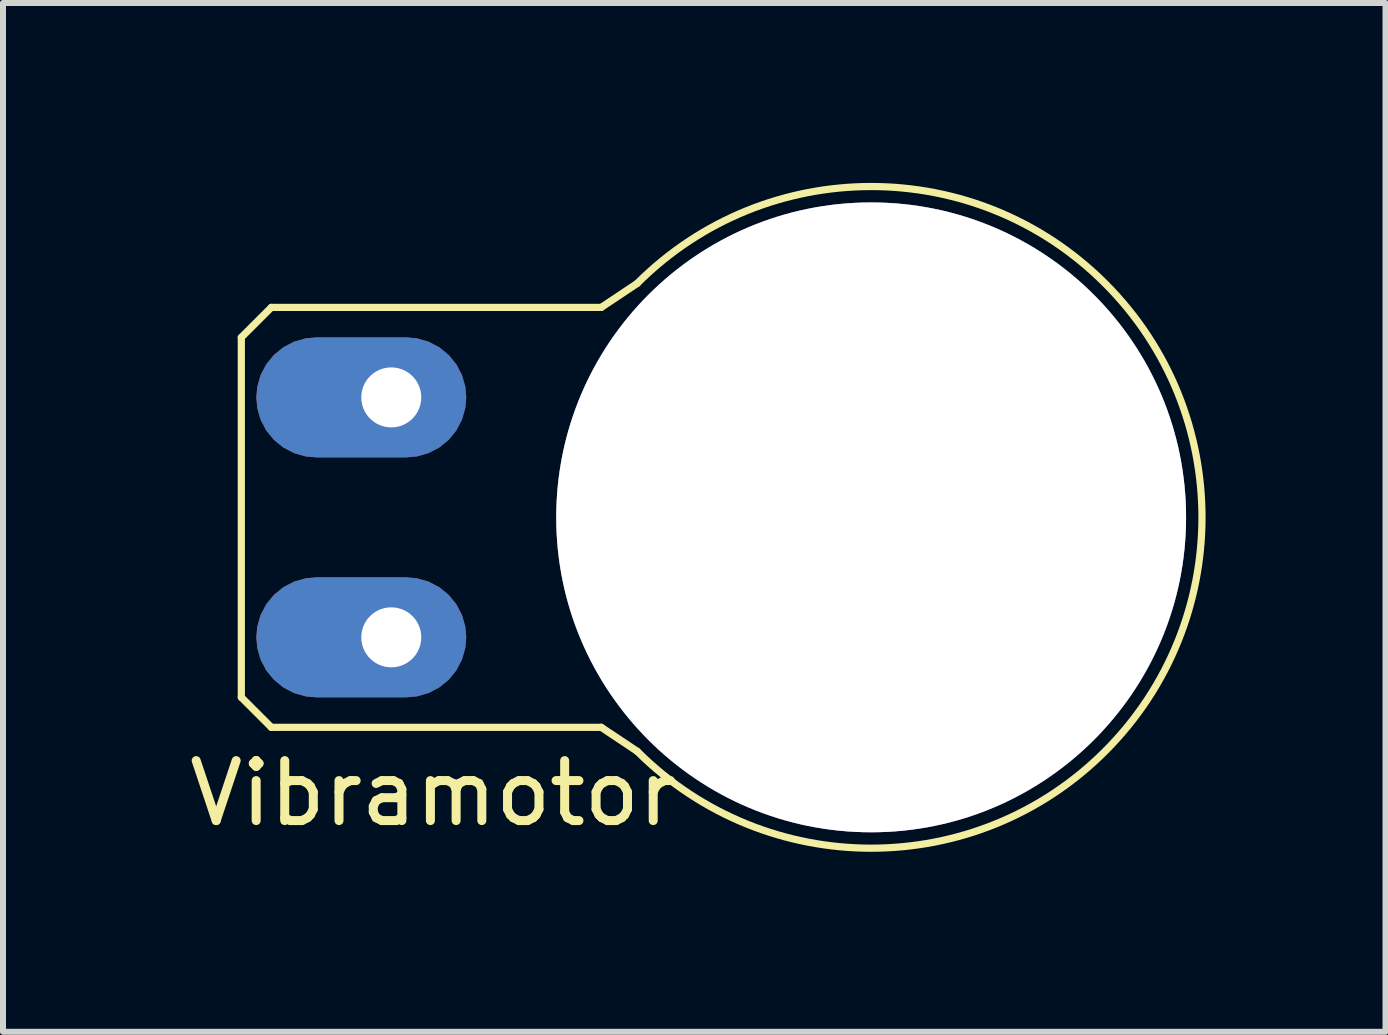
<source format=kicad_pcb>
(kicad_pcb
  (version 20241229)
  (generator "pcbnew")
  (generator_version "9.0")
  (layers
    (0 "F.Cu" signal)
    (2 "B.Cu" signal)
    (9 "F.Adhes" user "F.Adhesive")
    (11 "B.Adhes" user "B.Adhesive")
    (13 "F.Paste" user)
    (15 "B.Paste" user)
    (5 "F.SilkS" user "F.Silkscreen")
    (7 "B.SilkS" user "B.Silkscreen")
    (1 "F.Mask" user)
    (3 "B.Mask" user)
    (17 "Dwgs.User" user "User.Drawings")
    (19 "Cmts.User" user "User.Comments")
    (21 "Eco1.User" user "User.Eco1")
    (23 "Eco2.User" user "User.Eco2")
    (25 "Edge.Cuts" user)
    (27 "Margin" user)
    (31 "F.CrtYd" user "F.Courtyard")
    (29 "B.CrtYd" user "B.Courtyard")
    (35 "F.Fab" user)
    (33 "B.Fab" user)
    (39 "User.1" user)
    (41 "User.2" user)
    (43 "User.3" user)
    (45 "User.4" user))
  (footprint "Vibramotor"
    (layer "F.Cu")
    (at 11.473 5.575)
    (property "Reference" "Vibramotor" (at -7.3 4.6 0) (layer "F.SilkS") (effects (font (size 1 1) (thickness 0.15))))
    (attr through_hole)
    (fp_line (start -10.5 -3) (end -10.5 3) (stroke (width 0.12) (type solid)) (layer "F.SilkS"))
    (fp_line (start -10.5 3) (end -10 3.5) (stroke (width 0.12) (type solid)) (layer "F.SilkS"))
    (fp_line (start -10 -3.5) (end -10.5 -3) (stroke (width 0.12) (type solid)) (layer "F.SilkS"))
    (fp_line (start -10 3.5) (end -4.5 3.5) (stroke (width 0.12) (type solid)) (layer "F.SilkS"))
    (fp_line (start -4.5 -3.5) (end -10 -3.5) (stroke (width 0.12) (type solid)) (layer "F.SilkS"))
    (fp_line (start -4.5 3.5) (end -3.9 3.9) (stroke (width 0.12) (type solid)) (layer "F.SilkS"))
    (fp_line (start -3.9 -3.9) (end -4.5 -3.5) (stroke (width 0.12) (type solid)) (layer "F.SilkS"))
    (fp_arc (start -3.9 -3.9) (mid 5.515433 0) (end -3.9 3.9) (stroke (width 0.12) (type solid)) (layer "F.SilkS"))
    (pad "1" thru_hole roundrect (at -8 -2) (size 3.5 2) (drill 1 (offset -0.5 0)) (layers "*.Cu" "*.Mask") (roundrect_rratio 0.5))
    (pad "2" thru_hole roundrect (at -8 2) (size 3.5 2) (drill 1 (offset -0.5 0)) (layers "*.Cu" "*.Mask") (roundrect_rratio 0.5))
    (pad "N1" thru_hole circle (at 0 0) (size 10.5 10.5) (drill 10.5) (layers "*.Cu" "*.Mask")))
  (gr_rect
    (start -3 -3)
    (end 20.048 14.151)
    (stroke (width 0.1) (type default))
    (fill no)
    (layer "Edge.Cuts")))
</source>
